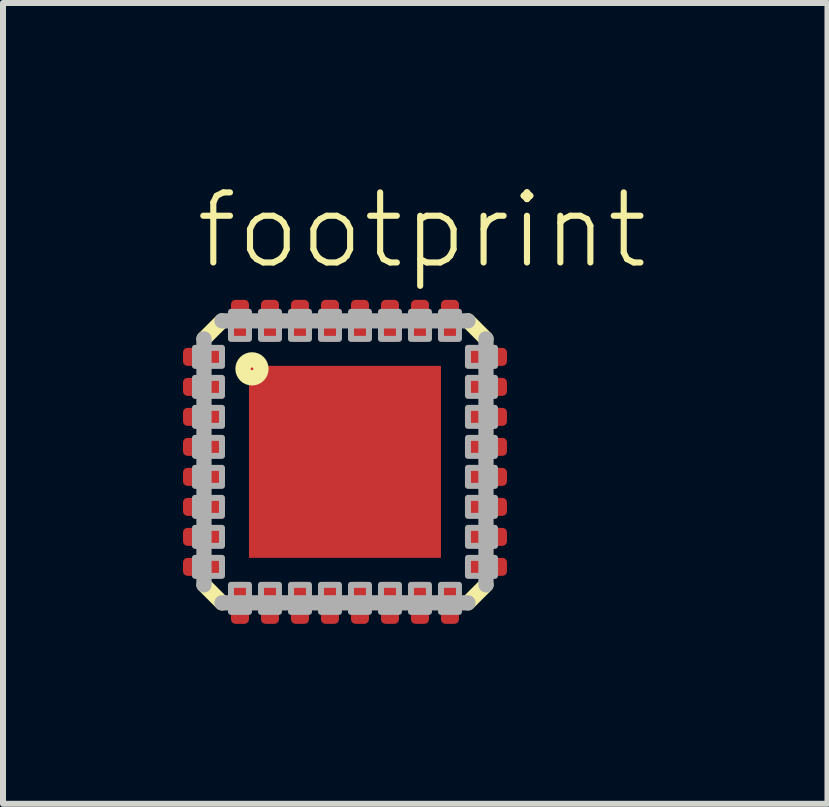
<source format=kicad_pcb>
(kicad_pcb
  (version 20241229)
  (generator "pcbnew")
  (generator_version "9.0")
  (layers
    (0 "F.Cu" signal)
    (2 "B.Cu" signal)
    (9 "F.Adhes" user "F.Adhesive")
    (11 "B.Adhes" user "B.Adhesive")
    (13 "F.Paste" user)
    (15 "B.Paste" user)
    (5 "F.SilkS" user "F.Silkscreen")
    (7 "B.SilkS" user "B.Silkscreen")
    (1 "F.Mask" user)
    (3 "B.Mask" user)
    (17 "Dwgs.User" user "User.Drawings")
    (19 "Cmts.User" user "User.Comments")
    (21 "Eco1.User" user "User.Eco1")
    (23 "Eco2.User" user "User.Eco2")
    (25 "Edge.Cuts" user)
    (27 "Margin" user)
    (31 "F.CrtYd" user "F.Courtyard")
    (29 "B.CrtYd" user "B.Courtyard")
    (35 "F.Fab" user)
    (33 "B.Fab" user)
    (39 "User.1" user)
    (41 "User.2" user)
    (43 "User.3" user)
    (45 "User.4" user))
  (footprint "footprint"
    (layer "F.Cu")
    (at 2.7 4.648)
    (property "Reference" "footprint" (at -2.54 -3.175 0) (layer "F.SilkS") (effects (font (size 1.168 1.168) (thickness 0.102)) (justify left bottom)))
    (fp_line (start -2.35 -2.05) (end -2.05 -2.35) (stroke (width 0.254) (type solid)) (layer "F.SilkS"))
    (fp_line (start -2.05 2.35) (end -2.35 2.05) (stroke (width 0.254) (type solid)) (layer "F.SilkS"))
    (fp_line (start 2.05 -2.35) (end 2.35 -2.05) (stroke (width 0.254) (type solid)) (layer "F.SilkS"))
    (fp_line (start 2.35 2.05) (end 2.05 2.35) (stroke (width 0.254) (type solid)) (layer "F.SilkS"))
    (fp_circle (center -1.55 -1.55) (end -1.4 -1.55) (stroke (width 0.254) (type solid)) (fill no) (layer "F.SilkS"))
    (fp_line (start -2.35 2.05) (end -2.35 -2.05) (stroke (width 0.254) (type solid)) (layer "F.Fab"))
    (fp_line (start -2.05 -2.35) (end 2.05 -2.35) (stroke (width 0.254) (type solid)) (layer "F.Fab"))
    (fp_line (start 2.05 2.35) (end -2.05 2.35) (stroke (width 0.254) (type solid)) (layer "F.Fab"))
    (fp_line (start 2.35 -2.05) (end 2.35 2.05) (stroke (width 0.254) (type solid)) (layer "F.Fab"))
    (fp_poly (pts (xy -2.5 -1.6) (xy -2.05 -1.6) (xy -2.05 -1.9) (xy -2.5 -1.9)) (stroke (width 0.1) (type solid)) (fill no) (layer "F.Fab"))
    (fp_poly (pts (xy -2.5 -1.1) (xy -2.05 -1.1) (xy -2.05 -1.4) (xy -2.5 -1.4)) (stroke (width 0.1) (type solid)) (fill no) (layer "F.Fab"))
    (fp_poly (pts (xy -2.5 -0.6) (xy -2.05 -0.6) (xy -2.05 -0.9) (xy -2.5 -0.9)) (stroke (width 0.1) (type solid)) (fill no) (layer "F.Fab"))
    (fp_poly (pts (xy -2.5 -0.1) (xy -2.05 -0.1) (xy -2.05 -0.4) (xy -2.5 -0.4)) (stroke (width 0.1) (type solid)) (fill no) (layer "F.Fab"))
    (fp_poly (pts (xy -2.5 0.4) (xy -2.05 0.4) (xy -2.05 0.1) (xy -2.5 0.1)) (stroke (width 0.1) (type solid)) (fill no) (layer "F.Fab"))
    (fp_poly (pts (xy -2.5 0.9) (xy -2.05 0.9) (xy -2.05 0.6) (xy -2.5 0.6)) (stroke (width 0.1) (type solid)) (fill no) (layer "F.Fab"))
    (fp_poly (pts (xy -2.5 1.4) (xy -2.05 1.4) (xy -2.05 1.1) (xy -2.5 1.1)) (stroke (width 0.1) (type solid)) (fill no) (layer "F.Fab"))
    (fp_poly (pts (xy -2.5 1.9) (xy -2.05 1.9) (xy -2.05 1.6) (xy -2.5 1.6)) (stroke (width 0.1) (type solid)) (fill no) (layer "F.Fab"))
    (fp_poly (pts (xy -1.9 -2.05) (xy -1.6 -2.05) (xy -1.6 -2.5) (xy -1.9 -2.5)) (stroke (width 0.1) (type solid)) (fill no) (layer "F.Fab"))
    (fp_poly (pts (xy -1.9 2.5) (xy -1.6 2.5) (xy -1.6 2.05) (xy -1.9 2.05)) (stroke (width 0.1) (type solid)) (fill no) (layer "F.Fab"))
    (fp_poly (pts (xy -1.4 -2.05) (xy -1.1 -2.05) (xy -1.1 -2.5) (xy -1.4 -2.5)) (stroke (width 0.1) (type solid)) (fill no) (layer "F.Fab"))
    (fp_poly (pts (xy -1.4 2.5) (xy -1.1 2.5) (xy -1.1 2.05) (xy -1.4 2.05)) (stroke (width 0.1) (type solid)) (fill no) (layer "F.Fab"))
    (fp_poly (pts (xy -0.9 -2.05) (xy -0.6 -2.05) (xy -0.6 -2.5) (xy -0.9 -2.5)) (stroke (width 0.1) (type solid)) (fill no) (layer "F.Fab"))
    (fp_poly (pts (xy -0.9 2.5) (xy -0.6 2.5) (xy -0.6 2.05) (xy -0.9 2.05)) (stroke (width 0.1) (type solid)) (fill no) (layer "F.Fab"))
    (fp_poly (pts (xy -0.4 -2.05) (xy -0.1 -2.05) (xy -0.1 -2.5) (xy -0.4 -2.5)) (stroke (width 0.1) (type solid)) (fill no) (layer "F.Fab"))
    (fp_poly (pts (xy -0.4 2.5) (xy -0.1 2.5) (xy -0.1 2.05) (xy -0.4 2.05)) (stroke (width 0.1) (type solid)) (fill no) (layer "F.Fab"))
    (fp_poly (pts (xy 0.1 -2.05) (xy 0.4 -2.05) (xy 0.4 -2.5) (xy 0.1 -2.5)) (stroke (width 0.1) (type solid)) (fill no) (layer "F.Fab"))
    (fp_poly (pts (xy 0.1 2.5) (xy 0.4 2.5) (xy 0.4 2.05) (xy 0.1 2.05)) (stroke (width 0.1) (type solid)) (fill no) (layer "F.Fab"))
    (fp_poly (pts (xy 0.6 -2.05) (xy 0.9 -2.05) (xy 0.9 -2.5) (xy 0.6 -2.5)) (stroke (width 0.1) (type solid)) (fill no) (layer "F.Fab"))
    (fp_poly (pts (xy 0.6 2.5) (xy 0.9 2.5) (xy 0.9 2.05) (xy 0.6 2.05)) (stroke (width 0.1) (type solid)) (fill no) (layer "F.Fab"))
    (fp_poly (pts (xy 1.1 -2.05) (xy 1.4 -2.05) (xy 1.4 -2.5) (xy 1.1 -2.5)) (stroke (width 0.1) (type solid)) (fill no) (layer "F.Fab"))
    (fp_poly (pts (xy 1.1 2.5) (xy 1.4 2.5) (xy 1.4 2.05) (xy 1.1 2.05)) (stroke (width 0.1) (type solid)) (fill no) (layer "F.Fab"))
    (fp_poly (pts (xy 1.6 -2.05) (xy 1.9 -2.05) (xy 1.9 -2.5) (xy 1.6 -2.5)) (stroke (width 0.1) (type solid)) (fill no) (layer "F.Fab"))
    (fp_poly (pts (xy 1.6 2.5) (xy 1.9 2.5) (xy 1.9 2.05) (xy 1.6 2.05)) (stroke (width 0.1) (type solid)) (fill no) (layer "F.Fab"))
    (fp_poly (pts (xy 2.05 -1.6) (xy 2.5 -1.6) (xy 2.5 -1.9) (xy 2.05 -1.9)) (stroke (width 0.1) (type solid)) (fill no) (layer "F.Fab"))
    (fp_poly (pts (xy 2.05 -1.1) (xy 2.5 -1.1) (xy 2.5 -1.4) (xy 2.05 -1.4)) (stroke (width 0.1) (type solid)) (fill no) (layer "F.Fab"))
    (fp_poly (pts (xy 2.05 -0.6) (xy 2.5 -0.6) (xy 2.5 -0.9) (xy 2.05 -0.9)) (stroke (width 0.1) (type solid)) (fill no) (layer "F.Fab"))
    (fp_poly (pts (xy 2.05 -0.1) (xy 2.5 -0.1) (xy 2.5 -0.4) (xy 2.05 -0.4)) (stroke (width 0.1) (type solid)) (fill no) (layer "F.Fab"))
    (fp_poly (pts (xy 2.05 0.4) (xy 2.5 0.4) (xy 2.5 0.1) (xy 2.05 0.1)) (stroke (width 0.1) (type solid)) (fill no) (layer "F.Fab"))
    (fp_poly (pts (xy 2.05 0.9) (xy 2.5 0.9) (xy 2.5 0.6) (xy 2.05 0.6)) (stroke (width 0.1) (type solid)) (fill no) (layer "F.Fab"))
    (fp_poly (pts (xy 2.05 1.4) (xy 2.5 1.4) (xy 2.5 1.1) (xy 2.05 1.1)) (stroke (width 0.1) (type solid)) (fill no) (layer "F.Fab"))
    (fp_poly (pts (xy 2.05 1.9) (xy 2.5 1.9) (xy 2.5 1.6) (xy 2.05 1.6)) (stroke (width 0.1) (type solid)) (fill no) (layer "F.Fab"))
    (pad "1" smd roundrect (at -2.35 -1.75) (size 0.7 0.3) (layers "F.Cu" "F.Mask" "F.Paste") (roundrect_rratio 0.25))
    (pad "2" smd roundrect (at -2.35 -1.25) (size 0.7 0.3) (layers "F.Cu" "F.Mask" "F.Paste") (roundrect_rratio 0.25))
    (pad "3" smd roundrect (at -2.35 -0.75) (size 0.7 0.3) (layers "F.Cu" "F.Mask" "F.Paste") (roundrect_rratio 0.25))
    (pad "4" smd roundrect (at -2.35 -0.25) (size 0.7 0.3) (layers "F.Cu" "F.Mask" "F.Paste") (roundrect_rratio 0.25))
    (pad "5" smd roundrect (at -2.35 0.25) (size 0.7 0.3) (layers "F.Cu" "F.Mask" "F.Paste") (roundrect_rratio 0.25))
    (pad "6" smd roundrect (at -2.35 0.75) (size 0.7 0.3) (layers "F.Cu" "F.Mask" "F.Paste") (roundrect_rratio 0.25))
    (pad "7" smd roundrect (at -2.35 1.25) (size 0.7 0.3) (layers "F.Cu" "F.Mask" "F.Paste") (roundrect_rratio 0.25))
    (pad "8" smd roundrect (at -2.35 1.75) (size 0.7 0.3) (layers "F.Cu" "F.Mask" "F.Paste") (roundrect_rratio 0.25))
    (pad "9" smd roundrect (at -1.75 2.35) (size 0.3 0.7) (layers "F.Cu" "F.Mask" "F.Paste") (roundrect_rratio 0.25))
    (pad "10" smd roundrect (at -1.25 2.35) (size 0.3 0.7) (layers "F.Cu" "F.Mask" "F.Paste") (roundrect_rratio 0.25))
    (pad "11" smd roundrect (at -0.75 2.35) (size 0.3 0.7) (layers "F.Cu" "F.Mask" "F.Paste") (roundrect_rratio 0.25))
    (pad "12" smd roundrect (at -0.25 2.35) (size 0.3 0.7) (layers "F.Cu" "F.Mask" "F.Paste") (roundrect_rratio 0.25))
    (pad "13" smd roundrect (at 0.25 2.35) (size 0.3 0.7) (layers "F.Cu" "F.Mask" "F.Paste") (roundrect_rratio 0.25))
    (pad "14" smd roundrect (at 0.75 2.35) (size 0.3 0.7) (layers "F.Cu" "F.Mask" "F.Paste") (roundrect_rratio 0.25))
    (pad "15" smd roundrect (at 1.25 2.35) (size 0.3 0.7) (layers "F.Cu" "F.Mask" "F.Paste") (roundrect_rratio 0.25))
    (pad "16" smd roundrect (at 1.75 2.35) (size 0.3 0.7) (layers "F.Cu" "F.Mask" "F.Paste") (roundrect_rratio 0.25))
    (pad "17" smd roundrect (at 2.35 1.75) (size 0.7 0.3) (layers "F.Cu" "F.Mask" "F.Paste") (roundrect_rratio 0.25))
    (pad "18" smd roundrect (at 2.35 1.25) (size 0.7 0.3) (layers "F.Cu" "F.Mask" "F.Paste") (roundrect_rratio 0.25))
    (pad "19" smd roundrect (at 2.35 0.75) (size 0.7 0.3) (layers "F.Cu" "F.Mask" "F.Paste") (roundrect_rratio 0.25))
    (pad "20" smd roundrect (at 2.35 0.25) (size 0.7 0.3) (layers "F.Cu" "F.Mask" "F.Paste") (roundrect_rratio 0.25))
    (pad "21" smd roundrect (at 2.35 -0.25) (size 0.7 0.3) (layers "F.Cu" "F.Mask" "F.Paste") (roundrect_rratio 0.25))
    (pad "22" smd roundrect (at 2.35 -0.75) (size 0.7 0.3) (layers "F.Cu" "F.Mask" "F.Paste") (roundrect_rratio 0.25))
    (pad "23" smd roundrect (at 2.35 -1.25) (size 0.7 0.3) (layers "F.Cu" "F.Mask" "F.Paste") (roundrect_rratio 0.25))
    (pad "24" smd roundrect (at 2.35 -1.75) (size 0.7 0.3) (layers "F.Cu" "F.Mask" "F.Paste") (roundrect_rratio 0.25))
    (pad "25" smd roundrect (at 1.75 -2.35) (size 0.3 0.7) (layers "F.Cu" "F.Mask" "F.Paste") (roundrect_rratio 0.25))
    (pad "26" smd roundrect (at 1.25 -2.35) (size 0.3 0.7) (layers "F.Cu" "F.Mask" "F.Paste") (roundrect_rratio 0.25))
    (pad "27" smd roundrect (at 0.75 -2.35) (size 0.3 0.7) (layers "F.Cu" "F.Mask" "F.Paste") (roundrect_rratio 0.25))
    (pad "28" smd roundrect (at 0.25 -2.35) (size 0.3 0.7) (layers "F.Cu" "F.Mask" "F.Paste") (roundrect_rratio 0.25))
    (pad "29" smd roundrect (at -0.25 -2.35) (size 0.3 0.7) (layers "F.Cu" "F.Mask" "F.Paste") (roundrect_rratio 0.25))
    (pad "30" smd roundrect (at -0.75 -2.35) (size 0.3 0.7) (layers "F.Cu" "F.Mask" "F.Paste") (roundrect_rratio 0.25))
    (pad "31" smd roundrect (at -1.25 -2.35) (size 0.3 0.7) (layers "F.Cu" "F.Mask" "F.Paste") (roundrect_rratio 0.25))
    (pad "32" smd roundrect (at -1.75 -2.35) (size 0.3 0.7) (layers "F.Cu" "F.Mask" "F.Paste") (roundrect_rratio 0.25))
    (pad "TH" smd rect (at 0 0) (size 3.2 3.2) (layers "F.Cu" "F.Mask" "F.Paste")))
  (gr_rect
    (start -3 -3)
    (end 10.742 10.348)
    (stroke (width 0.1) (type default))
    (fill no)
    (layer "Edge.Cuts")))
</source>
